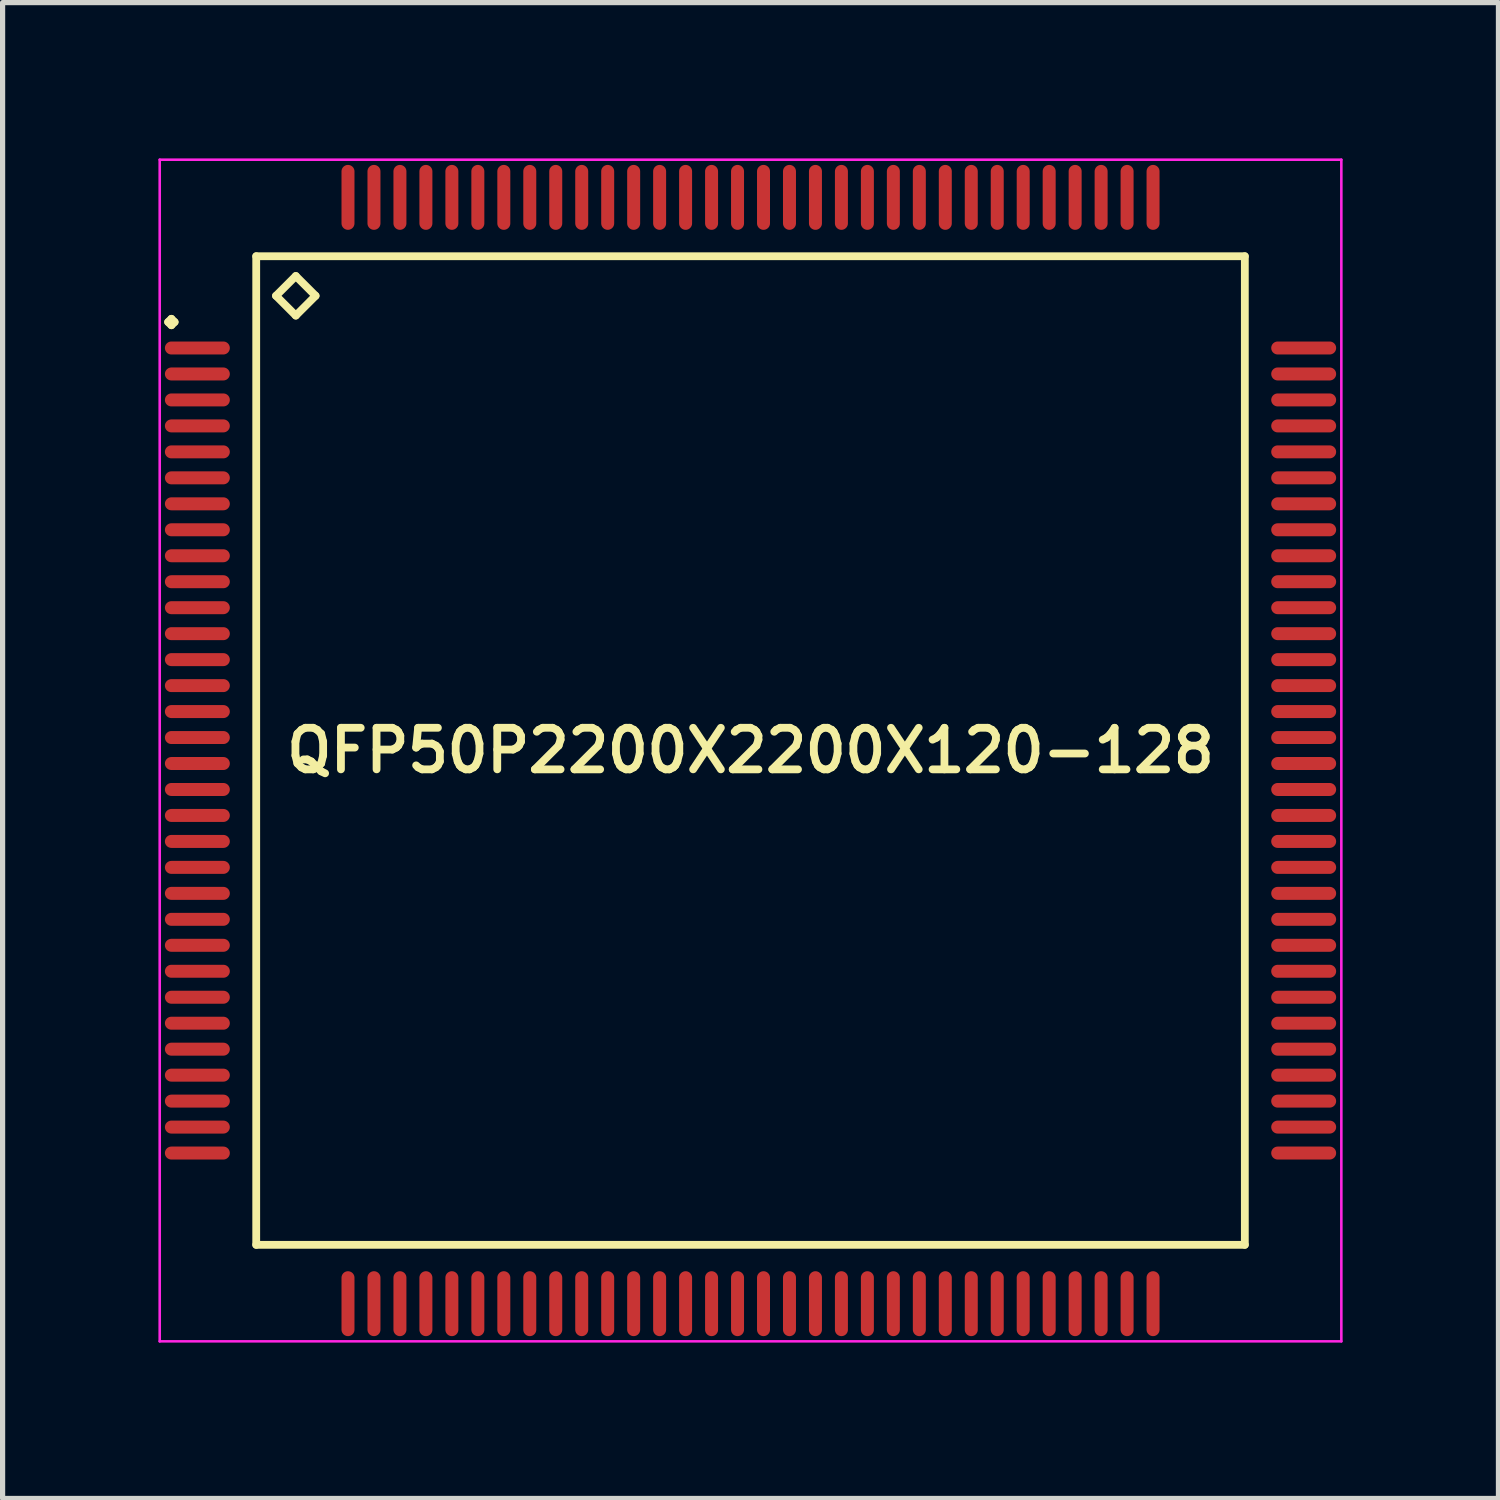
<source format=kicad_pcb>
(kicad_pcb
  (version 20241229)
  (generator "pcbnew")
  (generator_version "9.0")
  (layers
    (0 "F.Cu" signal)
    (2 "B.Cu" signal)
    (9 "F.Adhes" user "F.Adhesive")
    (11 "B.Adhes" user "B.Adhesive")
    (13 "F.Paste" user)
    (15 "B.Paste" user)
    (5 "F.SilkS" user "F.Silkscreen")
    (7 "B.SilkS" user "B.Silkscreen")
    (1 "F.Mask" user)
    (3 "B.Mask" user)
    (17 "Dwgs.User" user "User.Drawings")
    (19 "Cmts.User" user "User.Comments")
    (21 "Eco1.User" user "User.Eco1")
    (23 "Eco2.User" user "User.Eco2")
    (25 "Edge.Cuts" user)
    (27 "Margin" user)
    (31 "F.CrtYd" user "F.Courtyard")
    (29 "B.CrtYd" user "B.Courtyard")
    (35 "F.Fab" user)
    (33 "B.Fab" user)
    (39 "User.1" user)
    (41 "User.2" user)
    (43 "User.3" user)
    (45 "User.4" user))
  (footprint "QFP50P2200X2200X120-128"
    (layer "F.Cu")
    (at 11.4 11.4)
    (property "Reference" "QFP50P2200X2200X120-128" (at 0 0 0) (layer "F.SilkS") (effects (font (size 0.8 0.8) (thickness 0.15))))
    (attr smd)
    (fp_line (start -11.213 -8.25) (end -11.15 -8.312) (stroke (width 0.15) (type solid)) (layer "F.SilkS"))
    (fp_line (start -11.15 -8.312) (end -11.088 -8.25) (stroke (width 0.15) (type solid)) (layer "F.SilkS"))
    (fp_line (start -11.15 -8.188) (end -11.213 -8.25) (stroke (width 0.15) (type solid)) (layer "F.SilkS"))
    (fp_line (start -11.088 -8.25) (end -11.15 -8.188) (stroke (width 0.15) (type solid)) (layer "F.SilkS"))
    (fp_line (start -9.517 -9.517) (end -9.517 9.517) (stroke (width 0.15) (type solid)) (layer "F.SilkS"))
    (fp_line (start -9.517 9.517) (end 9.517 9.517) (stroke (width 0.15) (type solid)) (layer "F.SilkS"))
    (fp_line (start -9.136 -8.755) (end -8.755 -9.136) (stroke (width 0.15) (type solid)) (layer "F.SilkS"))
    (fp_line (start -8.755 -9.136) (end -8.374 -8.755) (stroke (width 0.15) (type solid)) (layer "F.SilkS"))
    (fp_line (start -8.755 -8.374) (end -9.136 -8.755) (stroke (width 0.15) (type solid)) (layer "F.SilkS"))
    (fp_line (start -8.374 -8.755) (end -8.755 -8.374) (stroke (width 0.15) (type solid)) (layer "F.SilkS"))
    (fp_line (start 9.517 -9.517) (end -9.517 -9.517) (stroke (width 0.15) (type solid)) (layer "F.SilkS"))
    (fp_line (start 9.517 9.517) (end 9.517 -9.517) (stroke (width 0.15) (type solid)) (layer "F.SilkS"))
    (fp_line (start -11.375 -11.375) (end 11.375 -11.375) (stroke (width 0.05) (type solid)) (layer "F.CrtYd"))
    (fp_line (start -11.375 11.375) (end -11.375 -11.375) (stroke (width 0.05) (type solid)) (layer "F.CrtYd"))
    (fp_line (start 11.375 -11.375) (end 11.375 11.375) (stroke (width 0.05) (type solid)) (layer "F.CrtYd"))
    (fp_line (start 11.375 11.375) (end -11.375 11.375) (stroke (width 0.05) (type solid)) (layer "F.CrtYd"))
    (pad "1" smd oval (at -10.65 -7.75) (size 1.25 0.25) (layers "F.Cu" "F.Mask" "F.Paste"))
    (pad "2" smd oval (at -10.65 -7.25) (size 1.25 0.25) (layers "F.Cu" "F.Mask" "F.Paste"))
    (pad "3" smd oval (at -10.65 -6.75) (size 1.25 0.25) (layers "F.Cu" "F.Mask" "F.Paste"))
    (pad "4" smd oval (at -10.65 -6.25) (size 1.25 0.25) (layers "F.Cu" "F.Mask" "F.Paste"))
    (pad "5" smd oval (at -10.65 -5.75) (size 1.25 0.25) (layers "F.Cu" "F.Mask" "F.Paste"))
    (pad "6" smd oval (at -10.65 -5.25) (size 1.25 0.25) (layers "F.Cu" "F.Mask" "F.Paste"))
    (pad "7" smd oval (at -10.65 -4.75) (size 1.25 0.25) (layers "F.Cu" "F.Mask" "F.Paste"))
    (pad "8" smd oval (at -10.65 -4.25) (size 1.25 0.25) (layers "F.Cu" "F.Mask" "F.Paste"))
    (pad "9" smd oval (at -10.65 -3.75) (size 1.25 0.25) (layers "F.Cu" "F.Mask" "F.Paste"))
    (pad "10" smd oval (at -10.65 -3.25) (size 1.25 0.25) (layers "F.Cu" "F.Mask" "F.Paste"))
    (pad "11" smd oval (at -10.65 -2.75) (size 1.25 0.25) (layers "F.Cu" "F.Mask" "F.Paste"))
    (pad "12" smd oval (at -10.65 -2.25) (size 1.25 0.25) (layers "F.Cu" "F.Mask" "F.Paste"))
    (pad "13" smd oval (at -10.65 -1.75) (size 1.25 0.25) (layers "F.Cu" "F.Mask" "F.Paste"))
    (pad "14" smd oval (at -10.65 -1.25) (size 1.25 0.25) (layers "F.Cu" "F.Mask" "F.Paste"))
    (pad "15" smd oval (at -10.65 -0.75) (size 1.25 0.25) (layers "F.Cu" "F.Mask" "F.Paste"))
    (pad "16" smd oval (at -10.65 -0.25) (size 1.25 0.25) (layers "F.Cu" "F.Mask" "F.Paste"))
    (pad "17" smd oval (at -10.65 0.25) (size 1.25 0.25) (layers "F.Cu" "F.Mask" "F.Paste"))
    (pad "18" smd oval (at -10.65 0.75) (size 1.25 0.25) (layers "F.Cu" "F.Mask" "F.Paste"))
    (pad "19" smd oval (at -10.65 1.25) (size 1.25 0.25) (layers "F.Cu" "F.Mask" "F.Paste"))
    (pad "20" smd oval (at -10.65 1.75) (size 1.25 0.25) (layers "F.Cu" "F.Mask" "F.Paste"))
    (pad "21" smd oval (at -10.65 2.25) (size 1.25 0.25) (layers "F.Cu" "F.Mask" "F.Paste"))
    (pad "22" smd oval (at -10.65 2.75) (size 1.25 0.25) (layers "F.Cu" "F.Mask" "F.Paste"))
    (pad "23" smd oval (at -10.65 3.25) (size 1.25 0.25) (layers "F.Cu" "F.Mask" "F.Paste"))
    (pad "24" smd oval (at -10.65 3.75) (size 1.25 0.25) (layers "F.Cu" "F.Mask" "F.Paste"))
    (pad "25" smd oval (at -10.65 4.25) (size 1.25 0.25) (layers "F.Cu" "F.Mask" "F.Paste"))
    (pad "26" smd oval (at -10.65 4.75) (size 1.25 0.25) (layers "F.Cu" "F.Mask" "F.Paste"))
    (pad "27" smd oval (at -10.65 5.25) (size 1.25 0.25) (layers "F.Cu" "F.Mask" "F.Paste"))
    (pad "28" smd oval (at -10.65 5.75) (size 1.25 0.25) (layers "F.Cu" "F.Mask" "F.Paste"))
    (pad "29" smd oval (at -10.65 6.25) (size 1.25 0.25) (layers "F.Cu" "F.Mask" "F.Paste"))
    (pad "30" smd oval (at -10.65 6.75) (size 1.25 0.25) (layers "F.Cu" "F.Mask" "F.Paste"))
    (pad "31" smd oval (at -10.65 7.25) (size 1.25 0.25) (layers "F.Cu" "F.Mask" "F.Paste"))
    (pad "32" smd oval (at -10.65 7.75) (size 1.25 0.25) (layers "F.Cu" "F.Mask" "F.Paste"))
    (pad "33" smd oval (at -7.75 10.65) (size 0.25 1.25) (layers "F.Cu" "F.Mask" "F.Paste"))
    (pad "34" smd oval (at -7.25 10.65) (size 0.25 1.25) (layers "F.Cu" "F.Mask" "F.Paste"))
    (pad "35" smd oval (at -6.75 10.65) (size 0.25 1.25) (layers "F.Cu" "F.Mask" "F.Paste"))
    (pad "36" smd oval (at -6.25 10.65) (size 0.25 1.25) (layers "F.Cu" "F.Mask" "F.Paste"))
    (pad "37" smd oval (at -5.75 10.65) (size 0.25 1.25) (layers "F.Cu" "F.Mask" "F.Paste"))
    (pad "38" smd oval (at -5.25 10.65) (size 0.25 1.25) (layers "F.Cu" "F.Mask" "F.Paste"))
    (pad "39" smd oval (at -4.75 10.65) (size 0.25 1.25) (layers "F.Cu" "F.Mask" "F.Paste"))
    (pad "40" smd oval (at -4.25 10.65) (size 0.25 1.25) (layers "F.Cu" "F.Mask" "F.Paste"))
    (pad "41" smd oval (at -3.75 10.65) (size 0.25 1.25) (layers "F.Cu" "F.Mask" "F.Paste"))
    (pad "42" smd oval (at -3.25 10.65) (size 0.25 1.25) (layers "F.Cu" "F.Mask" "F.Paste"))
    (pad "43" smd oval (at -2.75 10.65) (size 0.25 1.25) (layers "F.Cu" "F.Mask" "F.Paste"))
    (pad "44" smd oval (at -2.25 10.65) (size 0.25 1.25) (layers "F.Cu" "F.Mask" "F.Paste"))
    (pad "45" smd oval (at -1.75 10.65) (size 0.25 1.25) (layers "F.Cu" "F.Mask" "F.Paste"))
    (pad "46" smd oval (at -1.25 10.65) (size 0.25 1.25) (layers "F.Cu" "F.Mask" "F.Paste"))
    (pad "47" smd oval (at -0.75 10.65) (size 0.25 1.25) (layers "F.Cu" "F.Mask" "F.Paste"))
    (pad "48" smd oval (at -0.25 10.65) (size 0.25 1.25) (layers "F.Cu" "F.Mask" "F.Paste"))
    (pad "49" smd oval (at 0.25 10.65) (size 0.25 1.25) (layers "F.Cu" "F.Mask" "F.Paste"))
    (pad "50" smd oval (at 0.75 10.65) (size 0.25 1.25) (layers "F.Cu" "F.Mask" "F.Paste"))
    (pad "51" smd oval (at 1.25 10.65) (size 0.25 1.25) (layers "F.Cu" "F.Mask" "F.Paste"))
    (pad "52" smd oval (at 1.75 10.65) (size 0.25 1.25) (layers "F.Cu" "F.Mask" "F.Paste"))
    (pad "53" smd oval (at 2.25 10.65) (size 0.25 1.25) (layers "F.Cu" "F.Mask" "F.Paste"))
    (pad "54" smd oval (at 2.75 10.65) (size 0.25 1.25) (layers "F.Cu" "F.Mask" "F.Paste"))
    (pad "55" smd oval (at 3.25 10.65) (size 0.25 1.25) (layers "F.Cu" "F.Mask" "F.Paste"))
    (pad "56" smd oval (at 3.75 10.65) (size 0.25 1.25) (layers "F.Cu" "F.Mask" "F.Paste"))
    (pad "57" smd oval (at 4.25 10.65) (size 0.25 1.25) (layers "F.Cu" "F.Mask" "F.Paste"))
    (pad "58" smd oval (at 4.75 10.65) (size 0.25 1.25) (layers "F.Cu" "F.Mask" "F.Paste"))
    (pad "59" smd oval (at 5.25 10.65) (size 0.25 1.25) (layers "F.Cu" "F.Mask" "F.Paste"))
    (pad "60" smd oval (at 5.75 10.65) (size 0.25 1.25) (layers "F.Cu" "F.Mask" "F.Paste"))
    (pad "61" smd oval (at 6.25 10.65) (size 0.25 1.25) (layers "F.Cu" "F.Mask" "F.Paste"))
    (pad "62" smd oval (at 6.75 10.65) (size 0.25 1.25) (layers "F.Cu" "F.Mask" "F.Paste"))
    (pad "63" smd oval (at 7.25 10.65) (size 0.25 1.25) (layers "F.Cu" "F.Mask" "F.Paste"))
    (pad "64" smd oval (at 7.75 10.65) (size 0.25 1.25) (layers "F.Cu" "F.Mask" "F.Paste"))
    (pad "65" smd oval (at 10.65 7.75) (size 1.25 0.25) (layers "F.Cu" "F.Mask" "F.Paste"))
    (pad "66" smd oval (at 10.65 7.25) (size 1.25 0.25) (layers "F.Cu" "F.Mask" "F.Paste"))
    (pad "67" smd oval (at 10.65 6.75) (size 1.25 0.25) (layers "F.Cu" "F.Mask" "F.Paste"))
    (pad "68" smd oval (at 10.65 6.25) (size 1.25 0.25) (layers "F.Cu" "F.Mask" "F.Paste"))
    (pad "69" smd oval (at 10.65 5.75) (size 1.25 0.25) (layers "F.Cu" "F.Mask" "F.Paste"))
    (pad "70" smd oval (at 10.65 5.25) (size 1.25 0.25) (layers "F.Cu" "F.Mask" "F.Paste"))
    (pad "71" smd oval (at 10.65 4.75) (size 1.25 0.25) (layers "F.Cu" "F.Mask" "F.Paste"))
    (pad "72" smd oval (at 10.65 4.25) (size 1.25 0.25) (layers "F.Cu" "F.Mask" "F.Paste"))
    (pad "73" smd oval (at 10.65 3.75) (size 1.25 0.25) (layers "F.Cu" "F.Mask" "F.Paste"))
    (pad "74" smd oval (at 10.65 3.25) (size 1.25 0.25) (layers "F.Cu" "F.Mask" "F.Paste"))
    (pad "75" smd oval (at 10.65 2.75) (size 1.25 0.25) (layers "F.Cu" "F.Mask" "F.Paste"))
    (pad "76" smd oval (at 10.65 2.25) (size 1.25 0.25) (layers "F.Cu" "F.Mask" "F.Paste"))
    (pad "77" smd oval (at 10.65 1.75) (size 1.25 0.25) (layers "F.Cu" "F.Mask" "F.Paste"))
    (pad "78" smd oval (at 10.65 1.25) (size 1.25 0.25) (layers "F.Cu" "F.Mask" "F.Paste"))
    (pad "79" smd oval (at 10.65 0.75) (size 1.25 0.25) (layers "F.Cu" "F.Mask" "F.Paste"))
    (pad "80" smd oval (at 10.65 0.25) (size 1.25 0.25) (layers "F.Cu" "F.Mask" "F.Paste"))
    (pad "81" smd oval (at 10.65 -0.25) (size 1.25 0.25) (layers "F.Cu" "F.Mask" "F.Paste"))
    (pad "82" smd oval (at 10.65 -0.75) (size 1.25 0.25) (layers "F.Cu" "F.Mask" "F.Paste"))
    (pad "83" smd oval (at 10.65 -1.25) (size 1.25 0.25) (layers "F.Cu" "F.Mask" "F.Paste"))
    (pad "84" smd oval (at 10.65 -1.75) (size 1.25 0.25) (layers "F.Cu" "F.Mask" "F.Paste"))
    (pad "85" smd oval (at 10.65 -2.25) (size 1.25 0.25) (layers "F.Cu" "F.Mask" "F.Paste"))
    (pad "86" smd oval (at 10.65 -2.75) (size 1.25 0.25) (layers "F.Cu" "F.Mask" "F.Paste"))
    (pad "87" smd oval (at 10.65 -3.25) (size 1.25 0.25) (layers "F.Cu" "F.Mask" "F.Paste"))
    (pad "88" smd oval (at 10.65 -3.75) (size 1.25 0.25) (layers "F.Cu" "F.Mask" "F.Paste"))
    (pad "89" smd oval (at 10.65 -4.25) (size 1.25 0.25) (layers "F.Cu" "F.Mask" "F.Paste"))
    (pad "90" smd oval (at 10.65 -4.75) (size 1.25 0.25) (layers "F.Cu" "F.Mask" "F.Paste"))
    (pad "91" smd oval (at 10.65 -5.25) (size 1.25 0.25) (layers "F.Cu" "F.Mask" "F.Paste"))
    (pad "92" smd oval (at 10.65 -5.75) (size 1.25 0.25) (layers "F.Cu" "F.Mask" "F.Paste"))
    (pad "93" smd oval (at 10.65 -6.25) (size 1.25 0.25) (layers "F.Cu" "F.Mask" "F.Paste"))
    (pad "94" smd oval (at 10.65 -6.75) (size 1.25 0.25) (layers "F.Cu" "F.Mask" "F.Paste"))
    (pad "95" smd oval (at 10.65 -7.25) (size 1.25 0.25) (layers "F.Cu" "F.Mask" "F.Paste"))
    (pad "96" smd oval (at 10.65 -7.75) (size 1.25 0.25) (layers "F.Cu" "F.Mask" "F.Paste"))
    (pad "97" smd oval (at 7.75 -10.65) (size 0.25 1.25) (layers "F.Cu" "F.Mask" "F.Paste"))
    (pad "98" smd oval (at 7.25 -10.65) (size 0.25 1.25) (layers "F.Cu" "F.Mask" "F.Paste"))
    (pad "99" smd oval (at 6.75 -10.65) (size 0.25 1.25) (layers "F.Cu" "F.Mask" "F.Paste"))
    (pad "100" smd oval (at 6.25 -10.65) (size 0.25 1.25) (layers "F.Cu" "F.Mask" "F.Paste"))
    (pad "101" smd oval (at 5.75 -10.65) (size 0.25 1.25) (layers "F.Cu" "F.Mask" "F.Paste"))
    (pad "102" smd oval (at 5.25 -10.65) (size 0.25 1.25) (layers "F.Cu" "F.Mask" "F.Paste"))
    (pad "103" smd oval (at 4.75 -10.65) (size 0.25 1.25) (layers "F.Cu" "F.Mask" "F.Paste"))
    (pad "104" smd oval (at 4.25 -10.65) (size 0.25 1.25) (layers "F.Cu" "F.Mask" "F.Paste"))
    (pad "105" smd oval (at 3.75 -10.65) (size 0.25 1.25) (layers "F.Cu" "F.Mask" "F.Paste"))
    (pad "106" smd oval (at 3.25 -10.65) (size 0.25 1.25) (layers "F.Cu" "F.Mask" "F.Paste"))
    (pad "107" smd oval (at 2.75 -10.65) (size 0.25 1.25) (layers "F.Cu" "F.Mask" "F.Paste"))
    (pad "108" smd oval (at 2.25 -10.65) (size 0.25 1.25) (layers "F.Cu" "F.Mask" "F.Paste"))
    (pad "109" smd oval (at 1.75 -10.65) (size 0.25 1.25) (layers "F.Cu" "F.Mask" "F.Paste"))
    (pad "110" smd oval (at 1.25 -10.65) (size 0.25 1.25) (layers "F.Cu" "F.Mask" "F.Paste"))
    (pad "111" smd oval (at 0.75 -10.65) (size 0.25 1.25) (layers "F.Cu" "F.Mask" "F.Paste"))
    (pad "112" smd oval (at 0.25 -10.65) (size 0.25 1.25) (layers "F.Cu" "F.Mask" "F.Paste"))
    (pad "113" smd oval (at -0.25 -10.65) (size 0.25 1.25) (layers "F.Cu" "F.Mask" "F.Paste"))
    (pad "114" smd oval (at -0.75 -10.65) (size 0.25 1.25) (layers "F.Cu" "F.Mask" "F.Paste"))
    (pad "115" smd oval (at -1.25 -10.65) (size 0.25 1.25) (layers "F.Cu" "F.Mask" "F.Paste"))
    (pad "116" smd oval (at -1.75 -10.65) (size 0.25 1.25) (layers "F.Cu" "F.Mask" "F.Paste"))
    (pad "117" smd oval (at -2.25 -10.65) (size 0.25 1.25) (layers "F.Cu" "F.Mask" "F.Paste"))
    (pad "118" smd oval (at -2.75 -10.65) (size 0.25 1.25) (layers "F.Cu" "F.Mask" "F.Paste"))
    (pad "119" smd oval (at -3.25 -10.65) (size 0.25 1.25) (layers "F.Cu" "F.Mask" "F.Paste"))
    (pad "120" smd oval (at -3.75 -10.65) (size 0.25 1.25) (layers "F.Cu" "F.Mask" "F.Paste"))
    (pad "121" smd oval (at -4.25 -10.65) (size 0.25 1.25) (layers "F.Cu" "F.Mask" "F.Paste"))
    (pad "122" smd oval (at -4.75 -10.65) (size 0.25 1.25) (layers "F.Cu" "F.Mask" "F.Paste"))
    (pad "123" smd oval (at -5.25 -10.65) (size 0.25 1.25) (layers "F.Cu" "F.Mask" "F.Paste"))
    (pad "124" smd oval (at -5.75 -10.65) (size 0.25 1.25) (layers "F.Cu" "F.Mask" "F.Paste"))
    (pad "125" smd oval (at -6.25 -10.65) (size 0.25 1.25) (layers "F.Cu" "F.Mask" "F.Paste"))
    (pad "126" smd oval (at -6.75 -10.65) (size 0.25 1.25) (layers "F.Cu" "F.Mask" "F.Paste"))
    (pad "127" smd oval (at -7.25 -10.65) (size 0.25 1.25) (layers "F.Cu" "F.Mask" "F.Paste"))
    (pad "128" smd oval (at -7.75 -10.65) (size 0.25 1.25) (layers "F.Cu" "F.Mask" "F.Paste")))
  (gr_rect
    (start -3 -3)
    (end 25.8 25.8)
    (stroke (width 0.1) (type default))
    (fill no)
    (layer "Edge.Cuts")))
</source>
